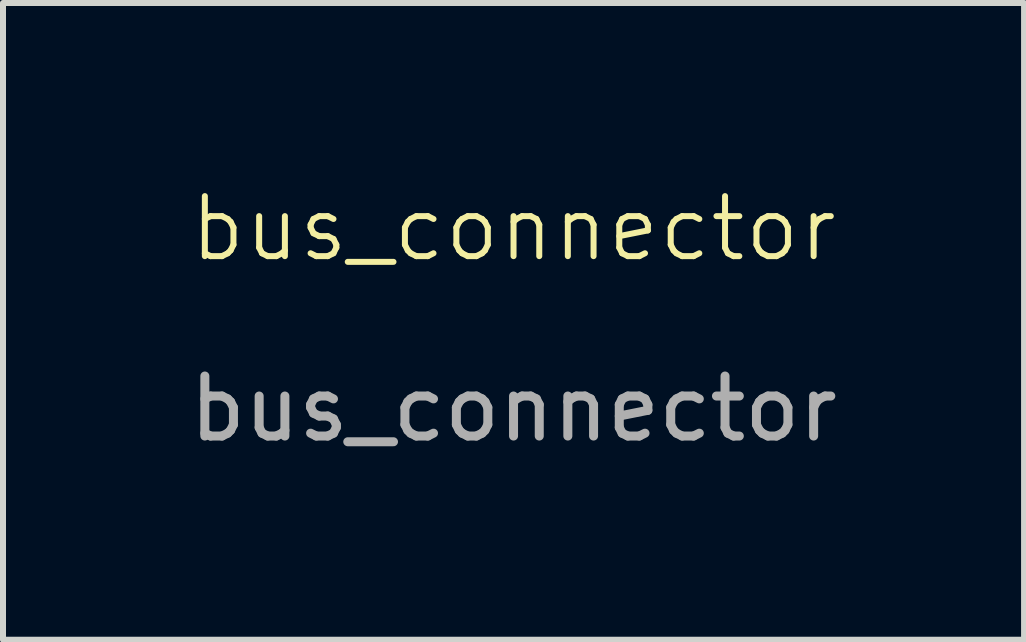
<source format=kicad_pcb>
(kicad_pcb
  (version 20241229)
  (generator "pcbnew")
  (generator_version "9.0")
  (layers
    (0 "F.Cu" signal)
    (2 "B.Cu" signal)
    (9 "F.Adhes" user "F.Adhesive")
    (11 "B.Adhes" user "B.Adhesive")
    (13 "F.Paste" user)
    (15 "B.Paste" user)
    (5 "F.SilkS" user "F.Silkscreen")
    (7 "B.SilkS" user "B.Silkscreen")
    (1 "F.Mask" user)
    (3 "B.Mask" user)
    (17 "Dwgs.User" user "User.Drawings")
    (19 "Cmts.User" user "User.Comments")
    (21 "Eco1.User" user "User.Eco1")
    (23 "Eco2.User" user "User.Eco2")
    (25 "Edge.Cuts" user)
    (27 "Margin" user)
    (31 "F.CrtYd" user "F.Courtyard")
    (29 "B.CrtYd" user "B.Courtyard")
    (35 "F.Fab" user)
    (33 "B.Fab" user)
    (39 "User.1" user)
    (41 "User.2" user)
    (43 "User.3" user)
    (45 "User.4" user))
  (footprint "bus_connector"
    (layer "F.Cu")
    (at 5.506 1.26)
    (property "Reference" "bus_connector" (at 0 -0.5 0) (unlocked yes) (layer "F.SilkS") (effects (font (size 1 1) (thickness 0.1))))
    (attr through_hole)
    (fp_text user "${REFERENCE}" (at 0 2.5 0) (unlocked yes) (layer "F.Fab") (effects (font (size 1 1) (thickness 0.15)))))
  (gr_rect
    (start -3 -3)
    (end 14.012 7.609)
    (stroke (width 0.1) (type default))
    (fill no)
    (layer "Edge.Cuts")))
</source>
